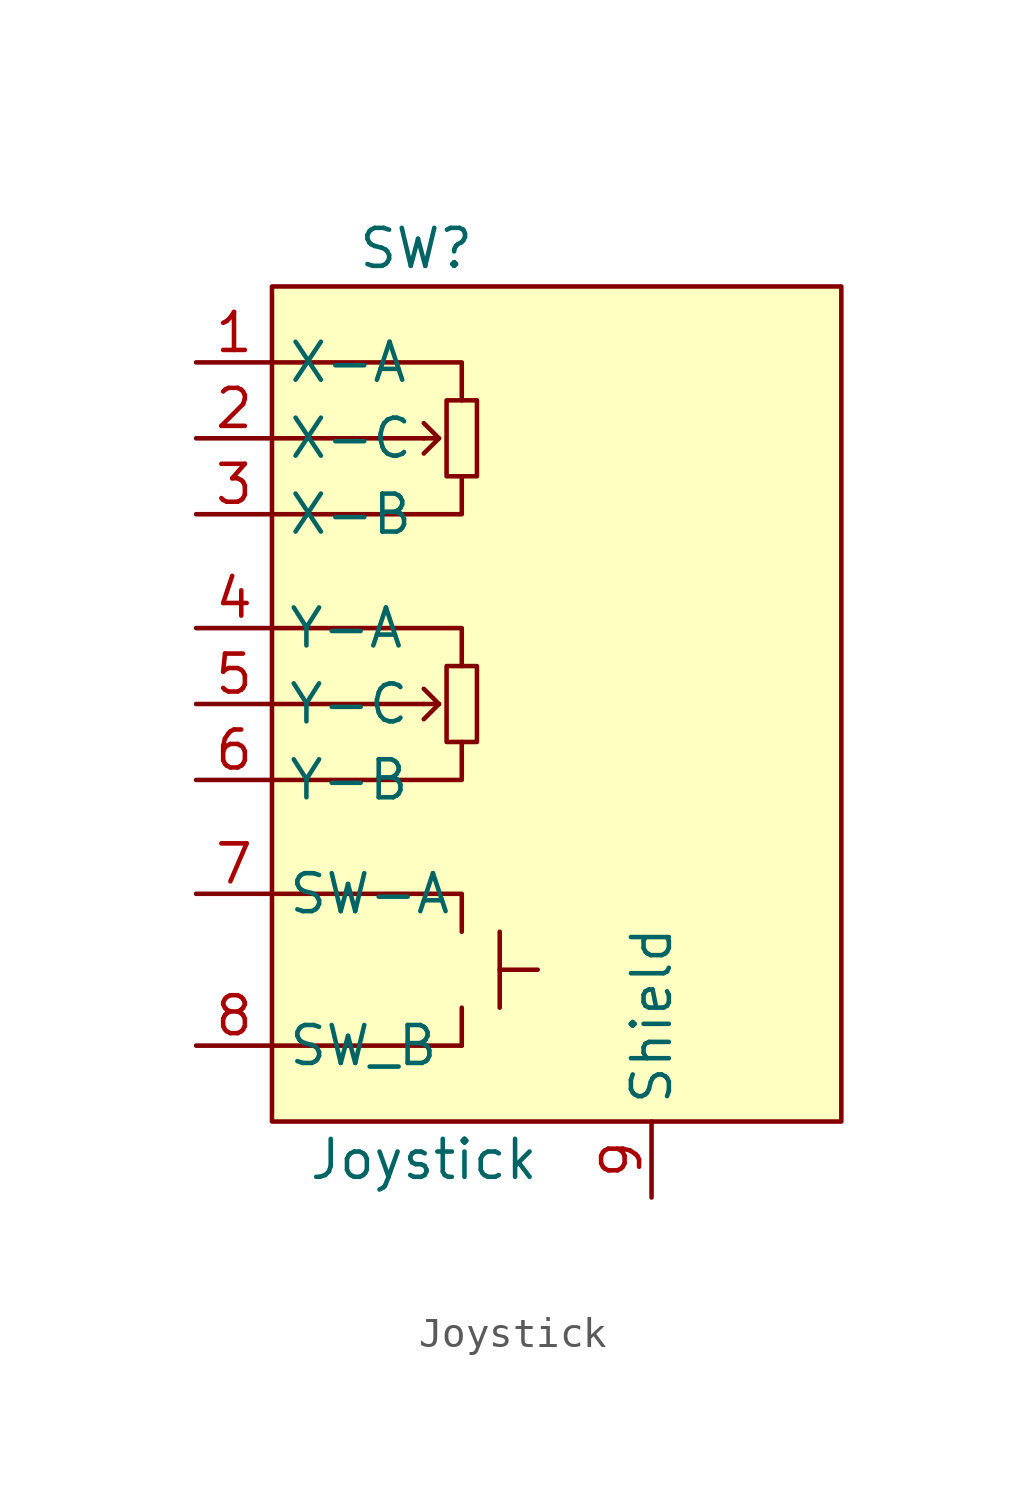
<source format=kicad_sym>
(kicad_symbol_lib
  (version 20220914)
  (generator kicad_symbol_editor)
  (symbol "Joystick"
    (property "Reference" "SW"
      (at 4.826 1.27 0)
      (effects (font (size 1.27 1.27))))
    (property "Value" "Joystick"
      (at 5.08 -29.21 0)
      (effects (font (size 1.27 1.27))))
    (symbol "Joystick_0_1"
      (polyline (pts (xy 0 -25.4) (xy 6.35 -25.4)) (stroke (width 0) (type default)) (fill (type none)))
      (polyline (pts (xy 0 -13.97) (xy 5.08 -13.97)) (stroke (width 0) (type default)) (fill (type none)))
      (polyline (pts (xy 0 -5.08) (xy 5.08 -5.08)) (stroke (width 0) (type default)) (fill (type none)))
      (polyline (pts (xy 5.588 -13.97) (xy 5.08 -14.478)) (stroke (width 0) (type default)) (fill (type none)))
      (polyline (pts (xy 5.588 -5.08) (xy 5.08 -5.588)) (stroke (width 0) (type default)) (fill (type none)))
      (polyline (pts (xy 6.35 -25.4) (xy 6.35 -24.13)) (stroke (width 0) (type default)) (fill (type none)))
      (polyline (pts (xy 7.62 -22.86) (xy 8.89 -22.86)) (stroke (width 0) (type default)) (fill (type none)))
      (polyline (pts (xy 7.62 -21.59) (xy 7.62 -24.13)) (stroke (width 0) (type default)) (fill (type none)))
      (polyline (pts (xy 0 -20.32) (xy 6.35 -20.32) (xy 6.35 -21.59)) (stroke (width 0) (type default)) (fill (type none)))
      (polyline (pts (xy 0 -16.51) (xy 6.35 -16.51) (xy 6.35 -15.24)) (stroke (width 0) (type default)) (fill (type none)))
      (polyline (pts (xy 0 -11.43) (xy 6.35 -11.43) (xy 6.35 -12.7)) (stroke (width 0) (type default)) (fill (type none)))
      (polyline (pts (xy 0 -7.62) (xy 6.35 -7.62) (xy 6.35 -6.35)) (stroke (width 0) (type default)) (fill (type none)))
      (polyline (pts (xy 0 -2.54) (xy 6.35 -2.54) (xy 6.35 -3.81)) (stroke (width 0) (type default)) (fill (type none)))
      (polyline (pts (xy 5.08 -13.97) (xy 5.588 -13.97) (xy 5.08 -13.462)) (stroke (width 0) (type default)) (fill (type none)))
      (polyline (pts (xy 5.08 -5.08) (xy 5.588 -5.08) (xy 5.08 -4.572)) (stroke (width 0) (type default)) (fill (type none)))
      (rectangle (start 5.842 -12.7) (end 6.858 -15.24) (stroke (width 0) (type default)) (fill (type none)))
      (rectangle (start 5.842 -3.81) (end 6.858 -6.35) (stroke (width 0) (type default)) (fill (type none))))
    (symbol "Joystick_1_1"
      (rectangle (start 0 0) (end 19.05 -27.94) (stroke (width 0) (type default)) (fill (type background)))
      (pin output line (at -2.54 -2.54 0) (length 2.54) (name "X-A" (effects (font (size 1.27 1.27)))) (number "1" (effects (font (size 1.27 1.27)))))
      (pin output line (at -2.54 -5.08 0) (length 2.54) (name "X-C" (effects (font (size 1.27 1.27)))) (number "2" (effects (font (size 1.27 1.27)))))
      (pin output line (at -2.54 -7.62 0) (length 2.54) (name "X-B" (effects (font (size 1.27 1.27)))) (number "3" (effects (font (size 1.27 1.27)))))
      (pin output line (at -2.54 -11.43 0) (length 2.54) (name "Y-A" (effects (font (size 1.27 1.27)))) (number "4" (effects (font (size 1.27 1.27)))))
      (pin output line (at -2.54 -13.97 0) (length 2.54) (name "Y-C" (effects (font (size 1.27 1.27)))) (number "5" (effects (font (size 1.27 1.27)))))
      (pin output line (at -2.54 -16.51 0) (length 2.54) (name "Y-B" (effects (font (size 1.27 1.27)))) (number "6" (effects (font (size 1.27 1.27)))))
      (pin output line (at -2.54 -20.32 0) (length 2.54) (name "SW-A" (effects (font (size 1.27 1.27)))) (number "7" (effects (font (size 1.27 1.27)))))
      (pin output line (at -2.54 -25.4 0) (length 2.54) (name "SW_B" (effects (font (size 1.27 1.27)))) (number "8" (effects (font (size 1.27 1.27)))))
      (pin output line (at 12.7 -30.48 90) (length 2.54) (name "Shield" (effects (font (size 1.27 1.27)))) (number "9" (effects (font (size 1.27 1.27))))))))
</source>
